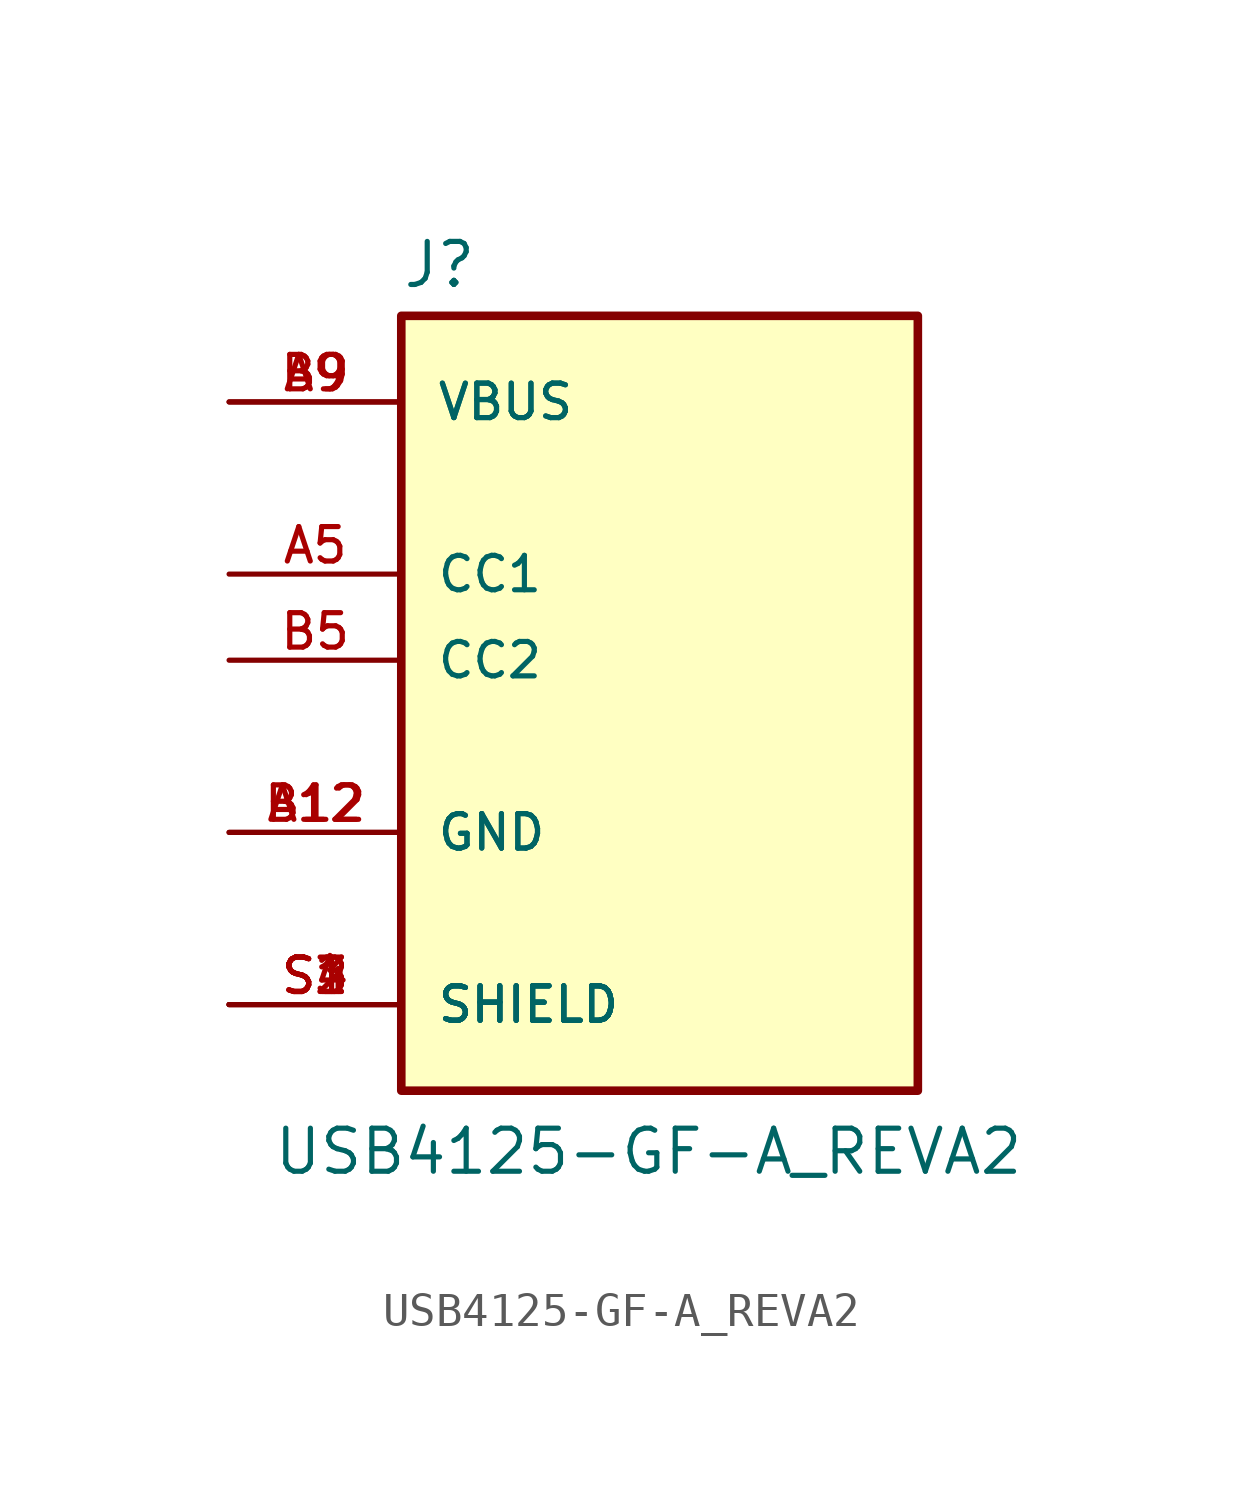
<source format=kicad_sym>
(kicad_symbol_lib
  (version 20211014)
  (generator kicad_symbol_editor)
  (symbol "USB4125-GF-A_REVA2"
    (pin_names
      (offset 1.016))
    (property "Reference" "J"
      (at -7.62 10.922 0)
      (effects (font (size 1.27 1.27)) (justify left bottom)))
    (property "Value" "USB4125-GF-A_REVA2"
      (at -11.43 -15.24 0)
      (effects (font (size 1.27 1.27)) (justify left bottom)))
    (symbol "USB4125-GF-A_REVA2_0_0"
      (rectangle (start -7.62 -12.7) (end 7.62 10.16) (stroke (width 0.254) (type default) (color 0 0 0 0)) (fill (type background)))
      (pin power_in line (at -12.7 -5.08 0) (length 5.08) (name "GND" (effects (font (size 1.016 1.016)))) (number "A12" (effects (font (size 1.016 1.016)))))
      (pin bidirectional line (at -12.7 2.54 0) (length 5.08) (name "CC1" (effects (font (size 1.016 1.016)))) (number "A5" (effects (font (size 1.016 1.016)))))
      (pin power_in line (at -12.7 7.62 0) (length 5.08) (name "VBUS" (effects (font (size 1.016 1.016)))) (number "A9" (effects (font (size 1.016 1.016)))))
      (pin power_in line (at -12.7 -5.08 0) (length 5.08) (name "GND" (effects (font (size 1.016 1.016)))) (number "B12" (effects (font (size 1.016 1.016)))))
      (pin bidirectional line (at -12.7 0 0) (length 5.08) (name "CC2" (effects (font (size 1.016 1.016)))) (number "B5" (effects (font (size 1.016 1.016)))))
      (pin power_in line (at -12.7 7.62 0) (length 5.08) (name "VBUS" (effects (font (size 1.016 1.016)))) (number "B9" (effects (font (size 1.016 1.016)))))
      (pin passive line (at -12.7 -10.16 0) (length 5.08) (name "SHIELD" (effects (font (size 1.016 1.016)))) (number "S1" (effects (font (size 1.016 1.016)))))
      (pin passive line (at -12.7 -10.16 0) (length 5.08) (name "SHIELD" (effects (font (size 1.016 1.016)))) (number "S2" (effects (font (size 1.016 1.016)))))
      (pin passive line (at -12.7 -10.16 0) (length 5.08) (name "SHIELD" (effects (font (size 1.016 1.016)))) (number "S3" (effects (font (size 1.016 1.016)))))
      (pin passive line (at -12.7 -10.16 0) (length 5.08) (name "SHIELD" (effects (font (size 1.016 1.016)))) (number "S4" (effects (font (size 1.016 1.016))))))))
</source>
